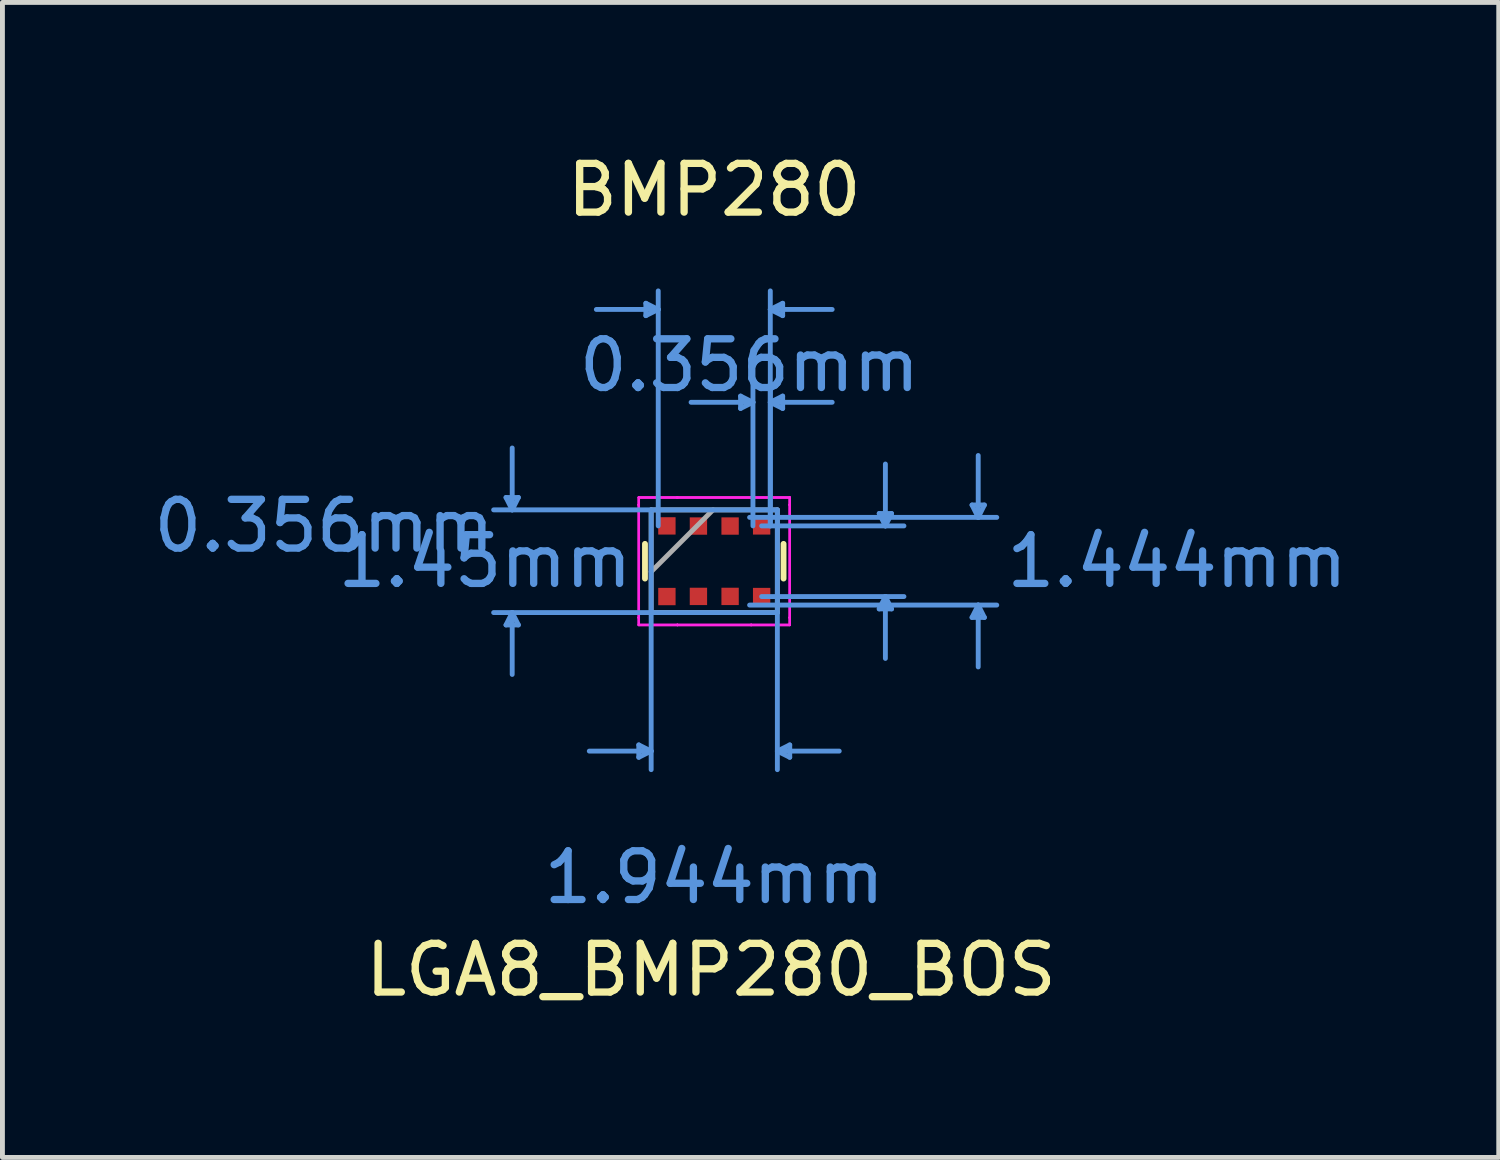
<source format=kicad_pcb>
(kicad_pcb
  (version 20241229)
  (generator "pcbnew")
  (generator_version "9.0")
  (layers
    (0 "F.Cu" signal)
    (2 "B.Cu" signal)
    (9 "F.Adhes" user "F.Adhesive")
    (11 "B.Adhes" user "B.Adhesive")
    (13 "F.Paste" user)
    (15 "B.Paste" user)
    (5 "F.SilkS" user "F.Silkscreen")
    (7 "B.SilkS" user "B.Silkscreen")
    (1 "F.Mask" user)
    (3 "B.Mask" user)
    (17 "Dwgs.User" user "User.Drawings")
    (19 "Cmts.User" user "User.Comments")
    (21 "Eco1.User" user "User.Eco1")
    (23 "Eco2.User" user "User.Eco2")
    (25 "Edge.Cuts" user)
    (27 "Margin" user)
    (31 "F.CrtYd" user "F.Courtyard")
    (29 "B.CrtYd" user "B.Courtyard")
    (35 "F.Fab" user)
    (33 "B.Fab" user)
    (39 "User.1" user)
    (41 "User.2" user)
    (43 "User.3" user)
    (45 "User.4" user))
  (footprint "BMP280"
    (layer "F.Cu")
    (at 11.609 8.468)
    (property "Reference" "BMP280" (at 0 -7.62 0) (layer "F.SilkS") (effects (font (size 1 1) (thickness 0.15))))
    (attr smd)
    (fp_line (start -1.422 -0.356) (end -1.422 0.356) (stroke (width 0.12) (type solid)) (layer "F.SilkS"))
    (fp_line (start 1.422 0.356) (end 1.422 -0.356) (stroke (width 0.12) (type solid)) (layer "F.SilkS"))
    (fp_line (start -4.274 -1.308) (end -4.02 -1.308) (stroke (width 0.1) (type solid)) (layer "Cmts.User"))
    (fp_line (start -4.274 1.308) (end -4.02 1.308) (stroke (width 0.1) (type solid)) (layer "Cmts.User"))
    (fp_line (start -4.147 -1.054) (end -4.274 -1.308) (stroke (width 0.1) (type solid)) (layer "Cmts.User"))
    (fp_line (start -4.147 -1.054) (end -4.147 -2.324) (stroke (width 0.1) (type solid)) (layer "Cmts.User"))
    (fp_line (start -4.147 -1.054) (end -4.02 -1.308) (stroke (width 0.1) (type solid)) (layer "Cmts.User"))
    (fp_line (start -4.147 1.054) (end -4.274 1.308) (stroke (width 0.1) (type solid)) (layer "Cmts.User"))
    (fp_line (start -4.147 1.054) (end -4.147 2.324) (stroke (width 0.1) (type solid)) (layer "Cmts.User"))
    (fp_line (start -4.147 1.054) (end -4.02 1.308) (stroke (width 0.1) (type solid)) (layer "Cmts.User"))
    (fp_line (start -1.549 3.77) (end -1.549 4.024) (stroke (width 0.1) (type solid)) (layer "Cmts.User"))
    (fp_line (start -1.404 -5.294) (end -1.404 -5.04) (stroke (width 0.1) (type solid)) (layer "Cmts.User"))
    (fp_line (start -1.295 -1.054) (end -1.295 4.278) (stroke (width 0.1) (type solid)) (layer "Cmts.User"))
    (fp_line (start -1.295 3.897) (end -2.565 3.897) (stroke (width 0.1) (type solid)) (layer "Cmts.User"))
    (fp_line (start -1.295 3.897) (end -1.549 3.77) (stroke (width 0.1) (type solid)) (layer "Cmts.User"))
    (fp_line (start -1.295 3.897) (end -1.549 4.024) (stroke (width 0.1) (type solid)) (layer "Cmts.User"))
    (fp_line (start -1.15 -5.167) (end -2.42 -5.167) (stroke (width 0.1) (type solid)) (layer "Cmts.User"))
    (fp_line (start -1.15 -5.167) (end -1.404 -5.294) (stroke (width 0.1) (type solid)) (layer "Cmts.User"))
    (fp_line (start -1.15 -5.167) (end -1.404 -5.04) (stroke (width 0.1) (type solid)) (layer "Cmts.User"))
    (fp_line (start -1.15 -0.725) (end -1.15 -5.548) (stroke (width 0.1) (type solid)) (layer "Cmts.User"))
    (fp_line (start 0.54 -3.389) (end 0.54 -3.135) (stroke (width 0.1) (type solid)) (layer "Cmts.User"))
    (fp_line (start 0.725 -0.9) (end 5.798 -0.9) (stroke (width 0.1) (type solid)) (layer "Cmts.User"))
    (fp_line (start 0.725 0.9) (end 5.798 0.9) (stroke (width 0.1) (type solid)) (layer "Cmts.User"))
    (fp_line (start 0.794 -3.262) (end -0.476 -3.262) (stroke (width 0.1) (type solid)) (layer "Cmts.User"))
    (fp_line (start 0.794 -3.262) (end 0.54 -3.389) (stroke (width 0.1) (type solid)) (layer "Cmts.User"))
    (fp_line (start 0.794 -3.262) (end 0.54 -3.135) (stroke (width 0.1) (type solid)) (layer "Cmts.User"))
    (fp_line (start 0.794 -0.725) (end 0.794 -3.643) (stroke (width 0.1) (type solid)) (layer "Cmts.User"))
    (fp_line (start 0.972 -0.725) (end 3.893 -0.725) (stroke (width 0.1) (type solid)) (layer "Cmts.User"))
    (fp_line (start 0.972 0.725) (end 3.893 0.725) (stroke (width 0.1) (type solid)) (layer "Cmts.User"))
    (fp_line (start 1.15 -5.167) (end 1.404 -5.294) (stroke (width 0.1) (type solid)) (layer "Cmts.User"))
    (fp_line (start 1.15 -5.167) (end 1.404 -5.04) (stroke (width 0.1) (type solid)) (layer "Cmts.User"))
    (fp_line (start 1.15 -5.167) (end 2.42 -5.167) (stroke (width 0.1) (type solid)) (layer "Cmts.User"))
    (fp_line (start 1.15 -3.262) (end 1.404 -3.389) (stroke (width 0.1) (type solid)) (layer "Cmts.User"))
    (fp_line (start 1.15 -3.262) (end 1.404 -3.135) (stroke (width 0.1) (type solid)) (layer "Cmts.User"))
    (fp_line (start 1.15 -3.262) (end 2.42 -3.262) (stroke (width 0.1) (type solid)) (layer "Cmts.User"))
    (fp_line (start 1.15 -0.725) (end 1.15 -5.548) (stroke (width 0.1) (type solid)) (layer "Cmts.User"))
    (fp_line (start 1.15 -0.725) (end 1.15 -3.643) (stroke (width 0.1) (type solid)) (layer "Cmts.User"))
    (fp_line (start 1.295 -1.054) (end -4.528 -1.054) (stroke (width 0.1) (type solid)) (layer "Cmts.User"))
    (fp_line (start 1.295 -1.054) (end 1.295 4.278) (stroke (width 0.1) (type solid)) (layer "Cmts.User"))
    (fp_line (start 1.295 1.054) (end -4.528 1.054) (stroke (width 0.1) (type solid)) (layer "Cmts.User"))
    (fp_line (start 1.295 3.897) (end 1.549 3.77) (stroke (width 0.1) (type solid)) (layer "Cmts.User"))
    (fp_line (start 1.295 3.897) (end 1.549 4.024) (stroke (width 0.1) (type solid)) (layer "Cmts.User"))
    (fp_line (start 1.295 3.897) (end 2.565 3.897) (stroke (width 0.1) (type solid)) (layer "Cmts.User"))
    (fp_line (start 1.404 -5.294) (end 1.404 -5.04) (stroke (width 0.1) (type solid)) (layer "Cmts.User"))
    (fp_line (start 1.404 -3.389) (end 1.404 -3.135) (stroke (width 0.1) (type solid)) (layer "Cmts.User"))
    (fp_line (start 1.549 3.77) (end 1.549 4.024) (stroke (width 0.1) (type solid)) (layer "Cmts.User"))
    (fp_line (start 3.385 -0.979) (end 3.639 -0.979) (stroke (width 0.1) (type solid)) (layer "Cmts.User"))
    (fp_line (start 3.385 0.979) (end 3.639 0.979) (stroke (width 0.1) (type solid)) (layer "Cmts.User"))
    (fp_line (start 3.512 -0.725) (end 3.385 -0.979) (stroke (width 0.1) (type solid)) (layer "Cmts.User"))
    (fp_line (start 3.512 -0.725) (end 3.512 -1.995) (stroke (width 0.1) (type solid)) (layer "Cmts.User"))
    (fp_line (start 3.512 -0.725) (end 3.639 -0.979) (stroke (width 0.1) (type solid)) (layer "Cmts.User"))
    (fp_line (start 3.512 0.725) (end 3.385 0.979) (stroke (width 0.1) (type solid)) (layer "Cmts.User"))
    (fp_line (start 3.512 0.725) (end 3.512 1.995) (stroke (width 0.1) (type solid)) (layer "Cmts.User"))
    (fp_line (start 3.512 0.725) (end 3.639 0.979) (stroke (width 0.1) (type solid)) (layer "Cmts.User"))
    (fp_line (start 5.29 -1.154) (end 5.544 -1.154) (stroke (width 0.1) (type solid)) (layer "Cmts.User"))
    (fp_line (start 5.29 1.154) (end 5.544 1.154) (stroke (width 0.1) (type solid)) (layer "Cmts.User"))
    (fp_line (start 5.417 -0.9) (end 5.29 -1.154) (stroke (width 0.1) (type solid)) (layer "Cmts.User"))
    (fp_line (start 5.417 -0.9) (end 5.417 -2.17) (stroke (width 0.1) (type solid)) (layer "Cmts.User"))
    (fp_line (start 5.417 -0.9) (end 5.544 -1.154) (stroke (width 0.1) (type solid)) (layer "Cmts.User"))
    (fp_line (start 5.417 0.9) (end 5.29 1.154) (stroke (width 0.1) (type solid)) (layer "Cmts.User"))
    (fp_line (start 5.417 0.9) (end 5.417 2.17) (stroke (width 0.1) (type solid)) (layer "Cmts.User"))
    (fp_line (start 5.417 0.9) (end 5.544 1.154) (stroke (width 0.1) (type solid)) (layer "Cmts.User"))
    (fp_line (start -1.549 -1.308) (end -0.757 -1.308) (stroke (width 0.05) (type solid)) (layer "F.CrtYd"))
    (fp_line (start -1.549 -1.308) (end -0.757 -1.308) (stroke (width 0.05) (type solid)) (layer "F.CrtYd"))
    (fp_line (start -1.549 -1.157) (end -1.549 -1.308) (stroke (width 0.05) (type solid)) (layer "F.CrtYd"))
    (fp_line (start -1.549 -1.157) (end -1.549 -1.308) (stroke (width 0.05) (type solid)) (layer "F.CrtYd"))
    (fp_line (start -1.549 -1.157) (end -1.549 -1.157) (stroke (width 0.05) (type solid)) (layer "F.CrtYd"))
    (fp_line (start -1.549 -1.157) (end -1.549 -1.157) (stroke (width 0.05) (type solid)) (layer "F.CrtYd"))
    (fp_line (start -1.549 1.157) (end -1.549 -1.157) (stroke (width 0.05) (type solid)) (layer "F.CrtYd"))
    (fp_line (start -1.549 1.157) (end -1.549 -1.157) (stroke (width 0.05) (type solid)) (layer "F.CrtYd"))
    (fp_line (start -1.549 1.157) (end -1.549 1.157) (stroke (width 0.05) (type solid)) (layer "F.CrtYd"))
    (fp_line (start -1.549 1.157) (end -1.549 1.157) (stroke (width 0.05) (type solid)) (layer "F.CrtYd"))
    (fp_line (start -1.549 1.308) (end -1.549 1.157) (stroke (width 0.05) (type solid)) (layer "F.CrtYd"))
    (fp_line (start -1.549 1.308) (end -1.549 1.157) (stroke (width 0.05) (type solid)) (layer "F.CrtYd"))
    (fp_line (start -1.549 1.308) (end -0.757 1.308) (stroke (width 0.05) (type solid)) (layer "F.CrtYd"))
    (fp_line (start -0.757 -1.308) (end -0.757 -1.308) (stroke (width 0.05) (type solid)) (layer "F.CrtYd"))
    (fp_line (start -0.757 -1.308) (end -0.757 -1.308) (stroke (width 0.05) (type solid)) (layer "F.CrtYd"))
    (fp_line (start -0.757 -1.308) (end 0.757 -1.308) (stroke (width 0.05) (type solid)) (layer "F.CrtYd"))
    (fp_line (start -0.757 -1.308) (end 0.757 -1.308) (stroke (width 0.05) (type solid)) (layer "F.CrtYd"))
    (fp_line (start -0.757 1.308) (end -1.549 1.308) (stroke (width 0.05) (type solid)) (layer "F.CrtYd"))
    (fp_line (start -0.757 1.308) (end -0.757 1.308) (stroke (width 0.05) (type solid)) (layer "F.CrtYd"))
    (fp_line (start -0.757 1.308) (end -0.757 1.308) (stroke (width 0.05) (type solid)) (layer "F.CrtYd"))
    (fp_line (start -0.757 1.308) (end 0.757 1.308) (stroke (width 0.05) (type solid)) (layer "F.CrtYd"))
    (fp_line (start 0.757 -1.308) (end 0.757 -1.308) (stroke (width 0.05) (type solid)) (layer "F.CrtYd"))
    (fp_line (start 0.757 -1.308) (end 0.757 -1.308) (stroke (width 0.05) (type solid)) (layer "F.CrtYd"))
    (fp_line (start 0.757 -1.308) (end 1.549 -1.308) (stroke (width 0.05) (type solid)) (layer "F.CrtYd"))
    (fp_line (start 0.757 -1.308) (end 1.549 -1.308) (stroke (width 0.05) (type solid)) (layer "F.CrtYd"))
    (fp_line (start 0.757 1.308) (end -0.757 1.308) (stroke (width 0.05) (type solid)) (layer "F.CrtYd"))
    (fp_line (start 0.757 1.308) (end 0.757 1.308) (stroke (width 0.05) (type solid)) (layer "F.CrtYd"))
    (fp_line (start 0.757 1.308) (end 0.757 1.308) (stroke (width 0.05) (type solid)) (layer "F.CrtYd"))
    (fp_line (start 0.757 1.308) (end 1.549 1.308) (stroke (width 0.05) (type solid)) (layer "F.CrtYd"))
    (fp_line (start 1.549 -1.308) (end 1.549 -1.157) (stroke (width 0.05) (type solid)) (layer "F.CrtYd"))
    (fp_line (start 1.549 -1.157) (end 1.549 -1.308) (stroke (width 0.05) (type solid)) (layer "F.CrtYd"))
    (fp_line (start 1.549 -1.157) (end 1.549 -1.157) (stroke (width 0.05) (type solid)) (layer "F.CrtYd"))
    (fp_line (start 1.549 -1.157) (end 1.549 -1.157) (stroke (width 0.05) (type solid)) (layer "F.CrtYd"))
    (fp_line (start 1.549 -1.157) (end 1.549 1.157) (stroke (width 0.05) (type solid)) (layer "F.CrtYd"))
    (fp_line (start 1.549 1.157) (end 1.549 -1.157) (stroke (width 0.05) (type solid)) (layer "F.CrtYd"))
    (fp_line (start 1.549 1.157) (end 1.549 1.157) (stroke (width 0.05) (type solid)) (layer "F.CrtYd"))
    (fp_line (start 1.549 1.157) (end 1.549 1.157) (stroke (width 0.05) (type solid)) (layer "F.CrtYd"))
    (fp_line (start 1.549 1.157) (end 1.549 1.308) (stroke (width 0.05) (type solid)) (layer "F.CrtYd"))
    (fp_line (start 1.549 1.308) (end 0.757 1.308) (stroke (width 0.05) (type solid)) (layer "F.CrtYd"))
    (fp_line (start 1.549 1.308) (end 1.549 1.157) (stroke (width 0.05) (type solid)) (layer "F.CrtYd"))
    (fp_line (start -1.295 -1.054) (end -1.295 1.054) (stroke (width 0.1) (type solid)) (layer "F.Fab"))
    (fp_line (start -1.295 0.216) (end -0.025 -1.054) (stroke (width 0.1) (type solid)) (layer "F.Fab"))
    (fp_line (start -1.295 1.054) (end 1.295 1.054) (stroke (width 0.1) (type solid)) (layer "F.Fab"))
    (fp_line (start 1.295 -1.054) (end -1.295 -1.054) (stroke (width 0.1) (type solid)) (layer "F.Fab"))
    (fp_line (start 1.295 1.054) (end 1.295 -1.054) (stroke (width 0.1) (type solid)) (layer "F.Fab"))
    (fp_text user "LGA8_BMP280_BOS" (at -0.066 8.387 0) (layer "F.SilkS") (effects (font (size 1 1) (thickness 0.15))))
    (fp_text user "0.356mm" (at -8.008 -0.725 0) (layer "Cmts.User") (effects (font (size 1 1) (thickness 0.15))))
    (fp_text user "1.45mm" (at -4.706 0 0) (layer "Cmts.User") (effects (font (size 1 1) (thickness 0.15))))
    (fp_text user "1.444mm" (at 9.498 0 0) (layer "Cmts.User") (effects (font (size 1 1) (thickness 0.15))))
    (fp_text user "0.356mm" (at 0.722 -4.02 0) (layer "Cmts.User") (effects (font (size 1 1) (thickness 0.15))))
    (fp_text user "1.944mm" (at 0 6.488 0) (layer "Cmts.User") (effects (font (size 1 1) (thickness 0.15))))
    (pad "1" smd rect (at -0.972 -0.725 90) (size 0.356 0.356) (layers "F.Cu" "F.Mask" "F.Paste"))
    (pad "2" smd rect (at -0.325 -0.722) (size 0.356 0.356) (layers "F.Cu" "F.Mask" "F.Paste"))
    (pad "3" smd rect (at 0.325 -0.722) (size 0.356 0.356) (layers "F.Cu" "F.Mask" "F.Paste"))
    (pad "4" smd rect (at 0.972 -0.725 90) (size 0.356 0.356) (layers "F.Cu" "F.Mask" "F.Paste"))
    (pad "5" smd rect (at 0.972 0.725 90) (size 0.356 0.356) (layers "F.Cu" "F.Mask" "F.Paste"))
    (pad "6" smd rect (at 0.325 0.722) (size 0.356 0.356) (layers "F.Cu" "F.Mask" "F.Paste"))
    (pad "7" smd rect (at -0.325 0.722) (size 0.356 0.356) (layers "F.Cu" "F.Mask" "F.Paste"))
    (pad "8" smd rect (at -0.972 0.725 90) (size 0.356 0.356) (layers "F.Cu" "F.Mask" "F.Paste")))
  (gr_rect
    (start -3 -3)
    (end 27.709 20.704)
    (stroke (width 0.1) (type default))
    (fill no)
    (layer "Edge.Cuts")))
</source>
